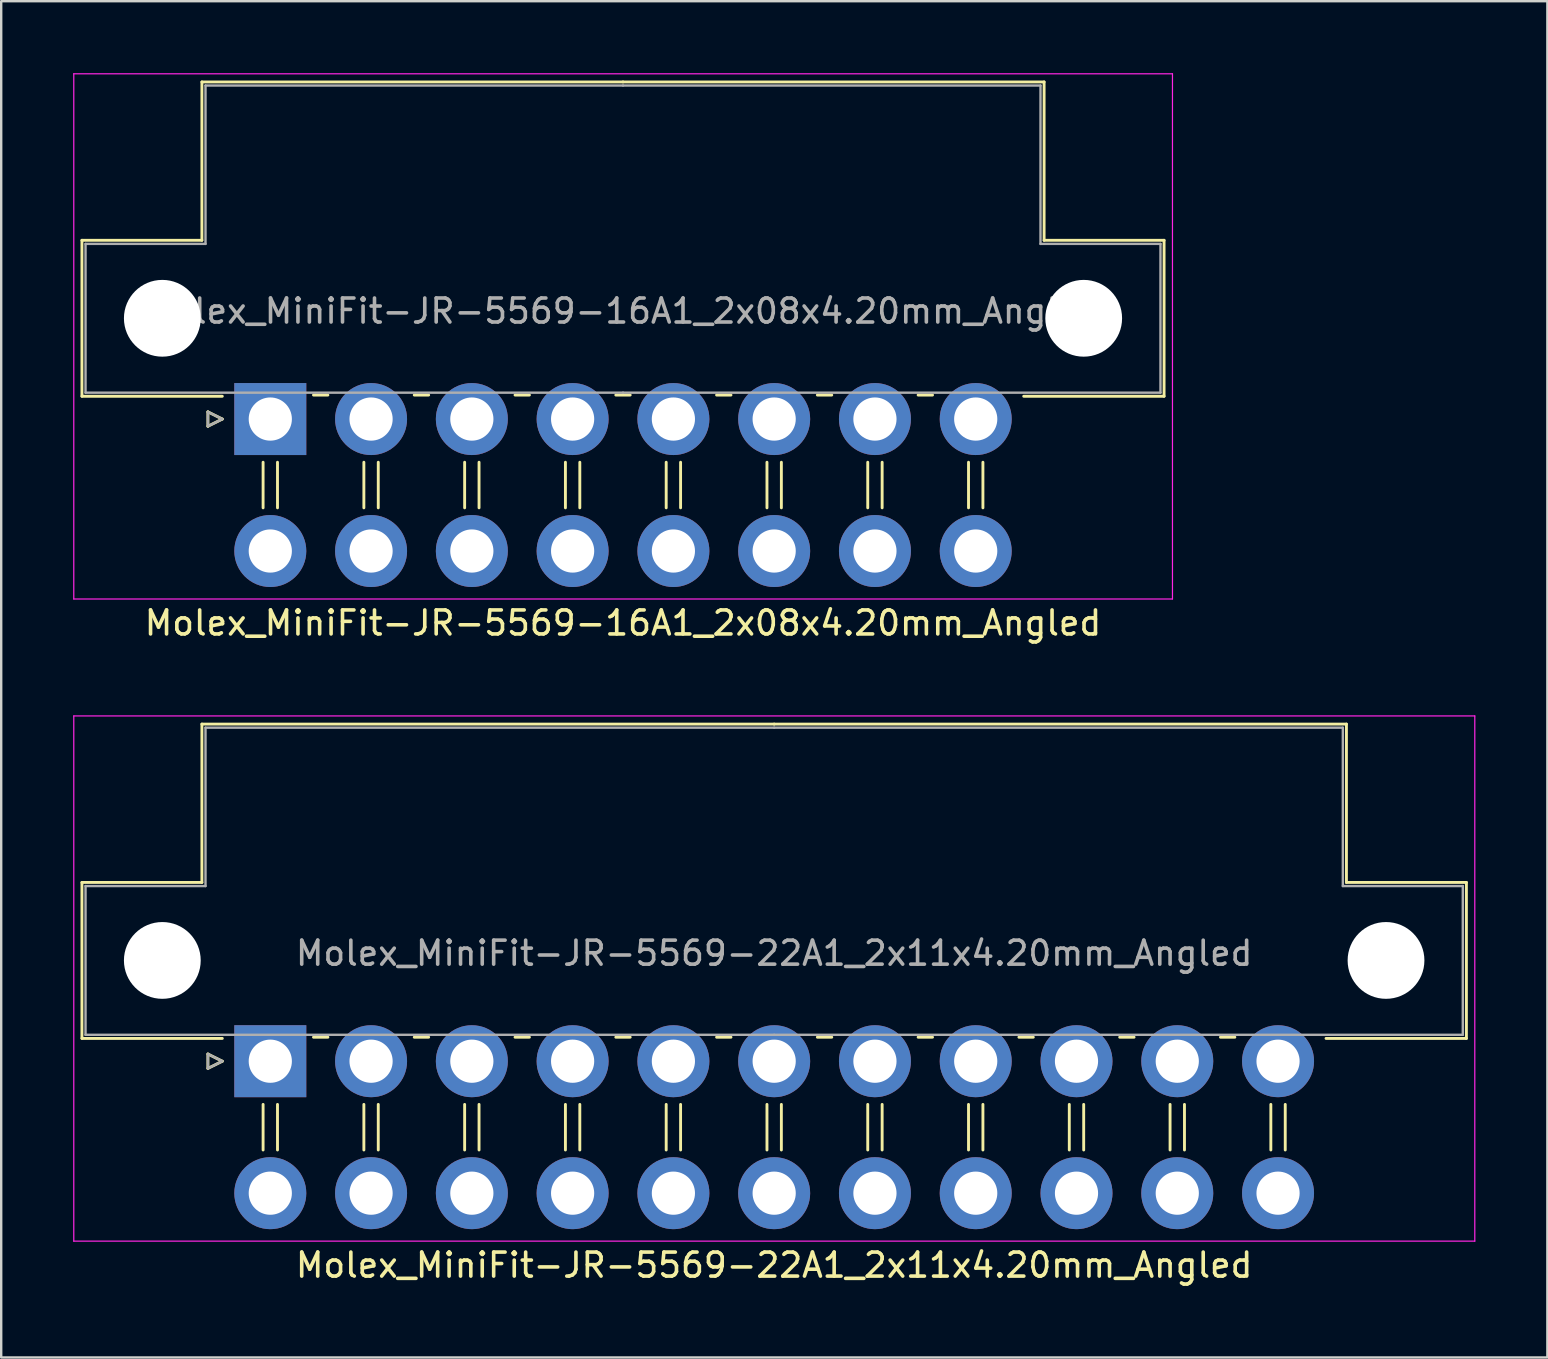
<source format=kicad_pcb>
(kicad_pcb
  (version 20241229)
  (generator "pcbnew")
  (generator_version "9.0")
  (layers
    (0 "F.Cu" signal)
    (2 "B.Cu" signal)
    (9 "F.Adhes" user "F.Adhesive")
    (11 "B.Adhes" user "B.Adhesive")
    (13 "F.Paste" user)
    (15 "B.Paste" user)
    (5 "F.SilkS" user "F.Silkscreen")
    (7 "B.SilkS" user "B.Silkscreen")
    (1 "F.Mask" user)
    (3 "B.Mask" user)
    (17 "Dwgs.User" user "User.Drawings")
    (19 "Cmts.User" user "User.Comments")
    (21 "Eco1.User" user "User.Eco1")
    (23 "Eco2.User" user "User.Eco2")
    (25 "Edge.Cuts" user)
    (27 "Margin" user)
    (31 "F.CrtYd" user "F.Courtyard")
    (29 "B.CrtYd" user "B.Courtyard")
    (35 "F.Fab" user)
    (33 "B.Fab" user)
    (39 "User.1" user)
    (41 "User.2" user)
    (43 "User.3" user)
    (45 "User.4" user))
  (footprint "Molex_MiniFit-JR-5569-16A1_2x08x4.20mm_Angled"
    (layer "F.Cu")
    (at 8.215 14.415)
    (property "Reference" "Molex_MiniFit-JR-5569-16A1_2x08x4.20mm_Angled" (at 14.7 8.5 0) (layer "F.SilkS") (effects (font (size 1 1) (thickness 0.15))))
    (attr through_hole)
    (fp_line (start -7.85 -7.45) (end -7.85 -0.95) (stroke (width 0.12) (type solid)) (layer "F.SilkS"))
    (fp_line (start -7.85 -0.95) (end -2 -0.95) (stroke (width 0.12) (type solid)) (layer "F.SilkS"))
    (fp_line (start -2.85 -14.05) (end -2.85 -7.45) (stroke (width 0.12) (type solid)) (layer "F.SilkS"))
    (fp_line (start -2.85 -7.45) (end -7.85 -7.45) (stroke (width 0.12) (type solid)) (layer "F.SilkS"))
    (fp_line (start -2.6 -0.3) (end -2 0) (stroke (width 0.12) (type solid)) (layer "F.SilkS"))
    (fp_line (start -2.6 0.3) (end -2.6 -0.3) (stroke (width 0.12) (type solid)) (layer "F.SilkS"))
    (fp_line (start -2 0) (end -2.6 0.3) (stroke (width 0.12) (type solid)) (layer "F.SilkS"))
    (fp_line (start -0.3 1.8) (end -0.3 3.7) (stroke (width 0.12) (type solid)) (layer "F.SilkS"))
    (fp_line (start 0.3 1.8) (end 0.3 3.7) (stroke (width 0.12) (type solid)) (layer "F.SilkS"))
    (fp_line (start 1.8 -1) (end 2.4 -1) (stroke (width 0.12) (type solid)) (layer "F.SilkS"))
    (fp_line (start 3.9 1.8) (end 3.9 3.7) (stroke (width 0.12) (type solid)) (layer "F.SilkS"))
    (fp_line (start 4.5 1.8) (end 4.5 3.7) (stroke (width 0.12) (type solid)) (layer "F.SilkS"))
    (fp_line (start 6 -1) (end 6.6 -1) (stroke (width 0.12) (type solid)) (layer "F.SilkS"))
    (fp_line (start 8.1 1.8) (end 8.1 3.7) (stroke (width 0.12) (type solid)) (layer "F.SilkS"))
    (fp_line (start 8.7 1.8) (end 8.7 3.7) (stroke (width 0.12) (type solid)) (layer "F.SilkS"))
    (fp_line (start 10.2 -1) (end 10.8 -1) (stroke (width 0.12) (type solid)) (layer "F.SilkS"))
    (fp_line (start 12.3 1.8) (end 12.3 3.7) (stroke (width 0.12) (type solid)) (layer "F.SilkS"))
    (fp_line (start 12.9 1.8) (end 12.9 3.7) (stroke (width 0.12) (type solid)) (layer "F.SilkS"))
    (fp_line (start 14.4 -1) (end 15 -1) (stroke (width 0.12) (type solid)) (layer "F.SilkS"))
    (fp_line (start 14.7 -14.05) (end -2.85 -14.05) (stroke (width 0.12) (type solid)) (layer "F.SilkS"))
    (fp_line (start 14.7 -14.05) (end 32.25 -14.05) (stroke (width 0.12) (type solid)) (layer "F.SilkS"))
    (fp_line (start 16.5 1.8) (end 16.5 3.7) (stroke (width 0.12) (type solid)) (layer "F.SilkS"))
    (fp_line (start 17.1 1.8) (end 17.1 3.7) (stroke (width 0.12) (type solid)) (layer "F.SilkS"))
    (fp_line (start 18.6 -1) (end 19.2 -1) (stroke (width 0.12) (type solid)) (layer "F.SilkS"))
    (fp_line (start 20.7 1.8) (end 20.7 3.7) (stroke (width 0.12) (type solid)) (layer "F.SilkS"))
    (fp_line (start 21.3 1.8) (end 21.3 3.7) (stroke (width 0.12) (type solid)) (layer "F.SilkS"))
    (fp_line (start 22.8 -1) (end 23.4 -1) (stroke (width 0.12) (type solid)) (layer "F.SilkS"))
    (fp_line (start 24.9 1.8) (end 24.9 3.7) (stroke (width 0.12) (type solid)) (layer "F.SilkS"))
    (fp_line (start 25.5 1.8) (end 25.5 3.7) (stroke (width 0.12) (type solid)) (layer "F.SilkS"))
    (fp_line (start 27 -1) (end 27.6 -1) (stroke (width 0.12) (type solid)) (layer "F.SilkS"))
    (fp_line (start 29.1 1.8) (end 29.1 3.7) (stroke (width 0.12) (type solid)) (layer "F.SilkS"))
    (fp_line (start 29.7 1.8) (end 29.7 3.7) (stroke (width 0.12) (type solid)) (layer "F.SilkS"))
    (fp_line (start 32.25 -14.05) (end 32.25 -7.45) (stroke (width 0.12) (type solid)) (layer "F.SilkS"))
    (fp_line (start 32.25 -7.45) (end 37.25 -7.45) (stroke (width 0.12) (type solid)) (layer "F.SilkS"))
    (fp_line (start 37.25 -7.45) (end 37.25 -0.95) (stroke (width 0.12) (type solid)) (layer "F.SilkS"))
    (fp_line (start 37.25 -0.95) (end 31.4 -0.95) (stroke (width 0.12) (type solid)) (layer "F.SilkS"))
    (fp_line (start -8.19 -14.39) (end -8.19 7.5) (stroke (width 0.05) (type solid)) (layer "F.CrtYd"))
    (fp_line (start -8.19 7.5) (end 37.6 7.5) (stroke (width 0.05) (type solid)) (layer "F.CrtYd"))
    (fp_line (start 37.6 -14.39) (end -8.19 -14.39) (stroke (width 0.05) (type solid)) (layer "F.CrtYd"))
    (fp_line (start 37.6 7.5) (end 37.6 -14.39) (stroke (width 0.05) (type solid)) (layer "F.CrtYd"))
    (fp_line (start -7.7 -7.3) (end -7.7 -1.1) (stroke (width 0.1) (type solid)) (layer "F.Fab"))
    (fp_line (start -7.7 -1.1) (end 14.7 -1.1) (stroke (width 0.1) (type solid)) (layer "F.Fab"))
    (fp_line (start -2.7 -13.9) (end -2.7 -7.3) (stroke (width 0.1) (type solid)) (layer "F.Fab"))
    (fp_line (start -2.7 -7.3) (end -7.7 -7.3) (stroke (width 0.1) (type solid)) (layer "F.Fab"))
    (fp_line (start -2.6 -0.3) (end -2 0) (stroke (width 0.1) (type solid)) (layer "F.Fab"))
    (fp_line (start -2.6 0.3) (end -2.6 -0.3) (stroke (width 0.1) (type solid)) (layer "F.Fab"))
    (fp_line (start -2 0) (end -2.6 0.3) (stroke (width 0.1) (type solid)) (layer "F.Fab"))
    (fp_line (start 14.7 -13.9) (end -2.7 -13.9) (stroke (width 0.1) (type solid)) (layer "F.Fab"))
    (fp_line (start 14.7 -13.9) (end 32.1 -13.9) (stroke (width 0.1) (type solid)) (layer "F.Fab"))
    (fp_line (start 32.1 -13.9) (end 32.1 -7.3) (stroke (width 0.1) (type solid)) (layer "F.Fab"))
    (fp_line (start 32.1 -7.3) (end 37.1 -7.3) (stroke (width 0.1) (type solid)) (layer "F.Fab"))
    (fp_line (start 37.1 -7.3) (end 37.1 -1.1) (stroke (width 0.1) (type solid)) (layer "F.Fab"))
    (fp_line (start 37.1 -1.1) (end 14.7 -1.1) (stroke (width 0.1) (type solid)) (layer "F.Fab"))
    (fp_text user "${REFERENCE}" (at 14.7 -4.5 0) (layer "F.Fab") (effects (font (size 1 1) (thickness 0.15))))
    (pad "" np_thru_hole circle (at -4.5 -4.2) (size 3.2 3.2) (drill 3.2) (layers "*.Cu" "*.Mask"))
    (pad "" np_thru_hole circle (at 33.9 -4.2) (size 3.2 3.2) (drill 3.2) (layers "*.Cu" "*.Mask"))
    (pad "1" thru_hole rect (at 0 0) (size 3 3) (drill 1.8) (layers "*.Cu" "*.Mask"))
    (pad "2" thru_hole circle (at 4.2 0) (size 3 3) (drill 1.8) (layers "*.Cu" "*.Mask"))
    (pad "3" thru_hole circle (at 8.4 0) (size 3 3) (drill 1.8) (layers "*.Cu" "*.Mask"))
    (pad "4" thru_hole circle (at 12.6 0) (size 3 3) (drill 1.8) (layers "*.Cu" "*.Mask"))
    (pad "5" thru_hole circle (at 16.8 0) (size 3 3) (drill 1.8) (layers "*.Cu" "*.Mask"))
    (pad "6" thru_hole circle (at 21 0) (size 3 3) (drill 1.8) (layers "*.Cu" "*.Mask"))
    (pad "7" thru_hole circle (at 25.2 0) (size 3 3) (drill 1.8) (layers "*.Cu" "*.Mask"))
    (pad "8" thru_hole circle (at 29.4 0) (size 3 3) (drill 1.8) (layers "*.Cu" "*.Mask"))
    (pad "9" thru_hole circle (at 0 5.5) (size 3 3) (drill 1.8) (layers "*.Cu" "*.Mask"))
    (pad "10" thru_hole circle (at 4.2 5.5) (size 3 3) (drill 1.8) (layers "*.Cu" "*.Mask"))
    (pad "11" thru_hole circle (at 8.4 5.5) (size 3 3) (drill 1.8) (layers "*.Cu" "*.Mask"))
    (pad "12" thru_hole circle (at 12.6 5.5) (size 3 3) (drill 1.8) (layers "*.Cu" "*.Mask"))
    (pad "13" thru_hole circle (at 16.8 5.5) (size 3 3) (drill 1.8) (layers "*.Cu" "*.Mask"))
    (pad "14" thru_hole circle (at 21 5.5) (size 3 3) (drill 1.8) (layers "*.Cu" "*.Mask"))
    (pad "15" thru_hole circle (at 25.2 5.5) (size 3 3) (drill 1.8) (layers "*.Cu" "*.Mask"))
    (pad "16" thru_hole circle (at 29.4 5.5) (size 3 3) (drill 1.8) (layers "*.Cu" "*.Mask")))
  (footprint "Molex_MiniFit-JR-5569-22A1_2x11x4.20mm_Angled"
    (layer "F.Cu")
    (at 8.215 41.178)
    (property "Reference" "Molex_MiniFit-JR-5569-22A1_2x11x4.20mm_Angled" (at 21 8.5 0) (layer "F.SilkS") (effects (font (size 1 1) (thickness 0.15))))
    (attr through_hole)
    (fp_line (start -7.85 -7.45) (end -7.85 -0.95) (stroke (width 0.12) (type solid)) (layer "F.SilkS"))
    (fp_line (start -7.85 -0.95) (end -2 -0.95) (stroke (width 0.12) (type solid)) (layer "F.SilkS"))
    (fp_line (start -2.85 -14.05) (end -2.85 -7.45) (stroke (width 0.12) (type solid)) (layer "F.SilkS"))
    (fp_line (start -2.85 -7.45) (end -7.85 -7.45) (stroke (width 0.12) (type solid)) (layer "F.SilkS"))
    (fp_line (start -2.6 -0.3) (end -2 0) (stroke (width 0.12) (type solid)) (layer "F.SilkS"))
    (fp_line (start -2.6 0.3) (end -2.6 -0.3) (stroke (width 0.12) (type solid)) (layer "F.SilkS"))
    (fp_line (start -2 0) (end -2.6 0.3) (stroke (width 0.12) (type solid)) (layer "F.SilkS"))
    (fp_line (start -0.3 1.8) (end -0.3 3.7) (stroke (width 0.12) (type solid)) (layer "F.SilkS"))
    (fp_line (start 0.3 1.8) (end 0.3 3.7) (stroke (width 0.12) (type solid)) (layer "F.SilkS"))
    (fp_line (start 1.8 -1) (end 2.4 -1) (stroke (width 0.12) (type solid)) (layer "F.SilkS"))
    (fp_line (start 3.9 1.8) (end 3.9 3.7) (stroke (width 0.12) (type solid)) (layer "F.SilkS"))
    (fp_line (start 4.5 1.8) (end 4.5 3.7) (stroke (width 0.12) (type solid)) (layer "F.SilkS"))
    (fp_line (start 6 -1) (end 6.6 -1) (stroke (width 0.12) (type solid)) (layer "F.SilkS"))
    (fp_line (start 8.1 1.8) (end 8.1 3.7) (stroke (width 0.12) (type solid)) (layer "F.SilkS"))
    (fp_line (start 8.7 1.8) (end 8.7 3.7) (stroke (width 0.12) (type solid)) (layer "F.SilkS"))
    (fp_line (start 10.2 -1) (end 10.8 -1) (stroke (width 0.12) (type solid)) (layer "F.SilkS"))
    (fp_line (start 12.3 1.8) (end 12.3 3.7) (stroke (width 0.12) (type solid)) (layer "F.SilkS"))
    (fp_line (start 12.9 1.8) (end 12.9 3.7) (stroke (width 0.12) (type solid)) (layer "F.SilkS"))
    (fp_line (start 14.4 -1) (end 15 -1) (stroke (width 0.12) (type solid)) (layer "F.SilkS"))
    (fp_line (start 16.5 1.8) (end 16.5 3.7) (stroke (width 0.12) (type solid)) (layer "F.SilkS"))
    (fp_line (start 17.1 1.8) (end 17.1 3.7) (stroke (width 0.12) (type solid)) (layer "F.SilkS"))
    (fp_line (start 18.6 -1) (end 19.2 -1) (stroke (width 0.12) (type solid)) (layer "F.SilkS"))
    (fp_line (start 20.7 1.8) (end 20.7 3.7) (stroke (width 0.12) (type solid)) (layer "F.SilkS"))
    (fp_line (start 21 -14.05) (end -2.85 -14.05) (stroke (width 0.12) (type solid)) (layer "F.SilkS"))
    (fp_line (start 21 -14.05) (end 44.85 -14.05) (stroke (width 0.12) (type solid)) (layer "F.SilkS"))
    (fp_line (start 21.3 1.8) (end 21.3 3.7) (stroke (width 0.12) (type solid)) (layer "F.SilkS"))
    (fp_line (start 22.8 -1) (end 23.4 -1) (stroke (width 0.12) (type solid)) (layer "F.SilkS"))
    (fp_line (start 24.9 1.8) (end 24.9 3.7) (stroke (width 0.12) (type solid)) (layer "F.SilkS"))
    (fp_line (start 25.5 1.8) (end 25.5 3.7) (stroke (width 0.12) (type solid)) (layer "F.SilkS"))
    (fp_line (start 27 -1) (end 27.6 -1) (stroke (width 0.12) (type solid)) (layer "F.SilkS"))
    (fp_line (start 29.1 1.8) (end 29.1 3.7) (stroke (width 0.12) (type solid)) (layer "F.SilkS"))
    (fp_line (start 29.7 1.8) (end 29.7 3.7) (stroke (width 0.12) (type solid)) (layer "F.SilkS"))
    (fp_line (start 31.2 -1) (end 31.8 -1) (stroke (width 0.12) (type solid)) (layer "F.SilkS"))
    (fp_line (start 33.3 1.8) (end 33.3 3.7) (stroke (width 0.12) (type solid)) (layer "F.SilkS"))
    (fp_line (start 33.9 1.8) (end 33.9 3.7) (stroke (width 0.12) (type solid)) (layer "F.SilkS"))
    (fp_line (start 35.4 -1) (end 36 -1) (stroke (width 0.12) (type solid)) (layer "F.SilkS"))
    (fp_line (start 37.5 1.8) (end 37.5 3.7) (stroke (width 0.12) (type solid)) (layer "F.SilkS"))
    (fp_line (start 38.1 1.8) (end 38.1 3.7) (stroke (width 0.12) (type solid)) (layer "F.SilkS"))
    (fp_line (start 39.6 -1) (end 40.2 -1) (stroke (width 0.12) (type solid)) (layer "F.SilkS"))
    (fp_line (start 41.7 1.8) (end 41.7 3.7) (stroke (width 0.12) (type solid)) (layer "F.SilkS"))
    (fp_line (start 42.3 1.8) (end 42.3 3.7) (stroke (width 0.12) (type solid)) (layer "F.SilkS"))
    (fp_line (start 44.85 -14.05) (end 44.85 -7.45) (stroke (width 0.12) (type solid)) (layer "F.SilkS"))
    (fp_line (start 44.85 -7.45) (end 49.85 -7.45) (stroke (width 0.12) (type solid)) (layer "F.SilkS"))
    (fp_line (start 49.85 -7.45) (end 49.85 -0.95) (stroke (width 0.12) (type solid)) (layer "F.SilkS"))
    (fp_line (start 49.85 -0.95) (end 44 -0.95) (stroke (width 0.12) (type solid)) (layer "F.SilkS"))
    (fp_line (start -8.19 -14.39) (end -8.19 7.5) (stroke (width 0.05) (type solid)) (layer "F.CrtYd"))
    (fp_line (start -8.19 7.5) (end 50.2 7.5) (stroke (width 0.05) (type solid)) (layer "F.CrtYd"))
    (fp_line (start 50.2 -14.39) (end -8.19 -14.39) (stroke (width 0.05) (type solid)) (layer "F.CrtYd"))
    (fp_line (start 50.2 7.5) (end 50.2 -14.39) (stroke (width 0.05) (type solid)) (layer "F.CrtYd"))
    (fp_line (start -7.7 -7.3) (end -7.7 -1.1) (stroke (width 0.1) (type solid)) (layer "F.Fab"))
    (fp_line (start -7.7 -1.1) (end 21 -1.1) (stroke (width 0.1) (type solid)) (layer "F.Fab"))
    (fp_line (start -2.7 -13.9) (end -2.7 -7.3) (stroke (width 0.1) (type solid)) (layer "F.Fab"))
    (fp_line (start -2.7 -7.3) (end -7.7 -7.3) (stroke (width 0.1) (type solid)) (layer "F.Fab"))
    (fp_line (start -2.6 -0.3) (end -2 0) (stroke (width 0.1) (type solid)) (layer "F.Fab"))
    (fp_line (start -2.6 0.3) (end -2.6 -0.3) (stroke (width 0.1) (type solid)) (layer "F.Fab"))
    (fp_line (start -2 0) (end -2.6 0.3) (stroke (width 0.1) (type solid)) (layer "F.Fab"))
    (fp_line (start 21 -13.9) (end -2.7 -13.9) (stroke (width 0.1) (type solid)) (layer "F.Fab"))
    (fp_line (start 21 -13.9) (end 44.7 -13.9) (stroke (width 0.1) (type solid)) (layer "F.Fab"))
    (fp_line (start 44.7 -13.9) (end 44.7 -7.3) (stroke (width 0.1) (type solid)) (layer "F.Fab"))
    (fp_line (start 44.7 -7.3) (end 49.7 -7.3) (stroke (width 0.1) (type solid)) (layer "F.Fab"))
    (fp_line (start 49.7 -7.3) (end 49.7 -1.1) (stroke (width 0.1) (type solid)) (layer "F.Fab"))
    (fp_line (start 49.7 -1.1) (end 21 -1.1) (stroke (width 0.1) (type solid)) (layer "F.Fab"))
    (fp_text user "${REFERENCE}" (at 21 -4.5 0) (layer "F.Fab") (effects (font (size 1 1) (thickness 0.15))))
    (pad "" np_thru_hole circle (at -4.5 -4.2) (size 3.2 3.2) (drill 3.2) (layers "*.Cu" "*.Mask"))
    (pad "" np_thru_hole circle (at 46.5 -4.2) (size 3.2 3.2) (drill 3.2) (layers "*.Cu" "*.Mask"))
    (pad "1" thru_hole rect (at 0 0) (size 3 3) (drill 1.8) (layers "*.Cu" "*.Mask"))
    (pad "2" thru_hole circle (at 4.2 0) (size 3 3) (drill 1.8) (layers "*.Cu" "*.Mask"))
    (pad "3" thru_hole circle (at 8.4 0) (size 3 3) (drill 1.8) (layers "*.Cu" "*.Mask"))
    (pad "4" thru_hole circle (at 12.6 0) (size 3 3) (drill 1.8) (layers "*.Cu" "*.Mask"))
    (pad "5" thru_hole circle (at 16.8 0) (size 3 3) (drill 1.8) (layers "*.Cu" "*.Mask"))
    (pad "6" thru_hole circle (at 21 0) (size 3 3) (drill 1.8) (layers "*.Cu" "*.Mask"))
    (pad "7" thru_hole circle (at 25.2 0) (size 3 3) (drill 1.8) (layers "*.Cu" "*.Mask"))
    (pad "8" thru_hole circle (at 29.4 0) (size 3 3) (drill 1.8) (layers "*.Cu" "*.Mask"))
    (pad "9" thru_hole circle (at 33.6 0) (size 3 3) (drill 1.8) (layers "*.Cu" "*.Mask"))
    (pad "10" thru_hole circle (at 37.8 0) (size 3 3) (drill 1.8) (layers "*.Cu" "*.Mask"))
    (pad "11" thru_hole circle (at 42 0) (size 3 3) (drill 1.8) (layers "*.Cu" "*.Mask"))
    (pad "12" thru_hole circle (at 0 5.5) (size 3 3) (drill 1.8) (layers "*.Cu" "*.Mask"))
    (pad "13" thru_hole circle (at 4.2 5.5) (size 3 3) (drill 1.8) (layers "*.Cu" "*.Mask"))
    (pad "14" thru_hole circle (at 8.4 5.5) (size 3 3) (drill 1.8) (layers "*.Cu" "*.Mask"))
    (pad "15" thru_hole circle (at 12.6 5.5) (size 3 3) (drill 1.8) (layers "*.Cu" "*.Mask"))
    (pad "16" thru_hole circle (at 16.8 5.5) (size 3 3) (drill 1.8) (layers "*.Cu" "*.Mask"))
    (pad "17" thru_hole circle (at 21 5.5) (size 3 3) (drill 1.8) (layers "*.Cu" "*.Mask"))
    (pad "18" thru_hole circle (at 25.2 5.5) (size 3 3) (drill 1.8) (layers "*.Cu" "*.Mask"))
    (pad "19" thru_hole circle (at 29.4 5.5) (size 3 3) (drill 1.8) (layers "*.Cu" "*.Mask"))
    (pad "20" thru_hole circle (at 33.6 5.5) (size 3 3) (drill 1.8) (layers "*.Cu" "*.Mask"))
    (pad "21" thru_hole circle (at 37.8 5.5) (size 3 3) (drill 1.8) (layers "*.Cu" "*.Mask"))
    (pad "22" thru_hole circle (at 42 5.5) (size 3 3) (drill 1.8) (layers "*.Cu" "*.Mask")))
  (gr_rect
    (start -3 -3)
    (end 61.44 53.526)
    (stroke (width 0.1) (type default))
    (fill no)
    (layer "Edge.Cuts")))
</source>
